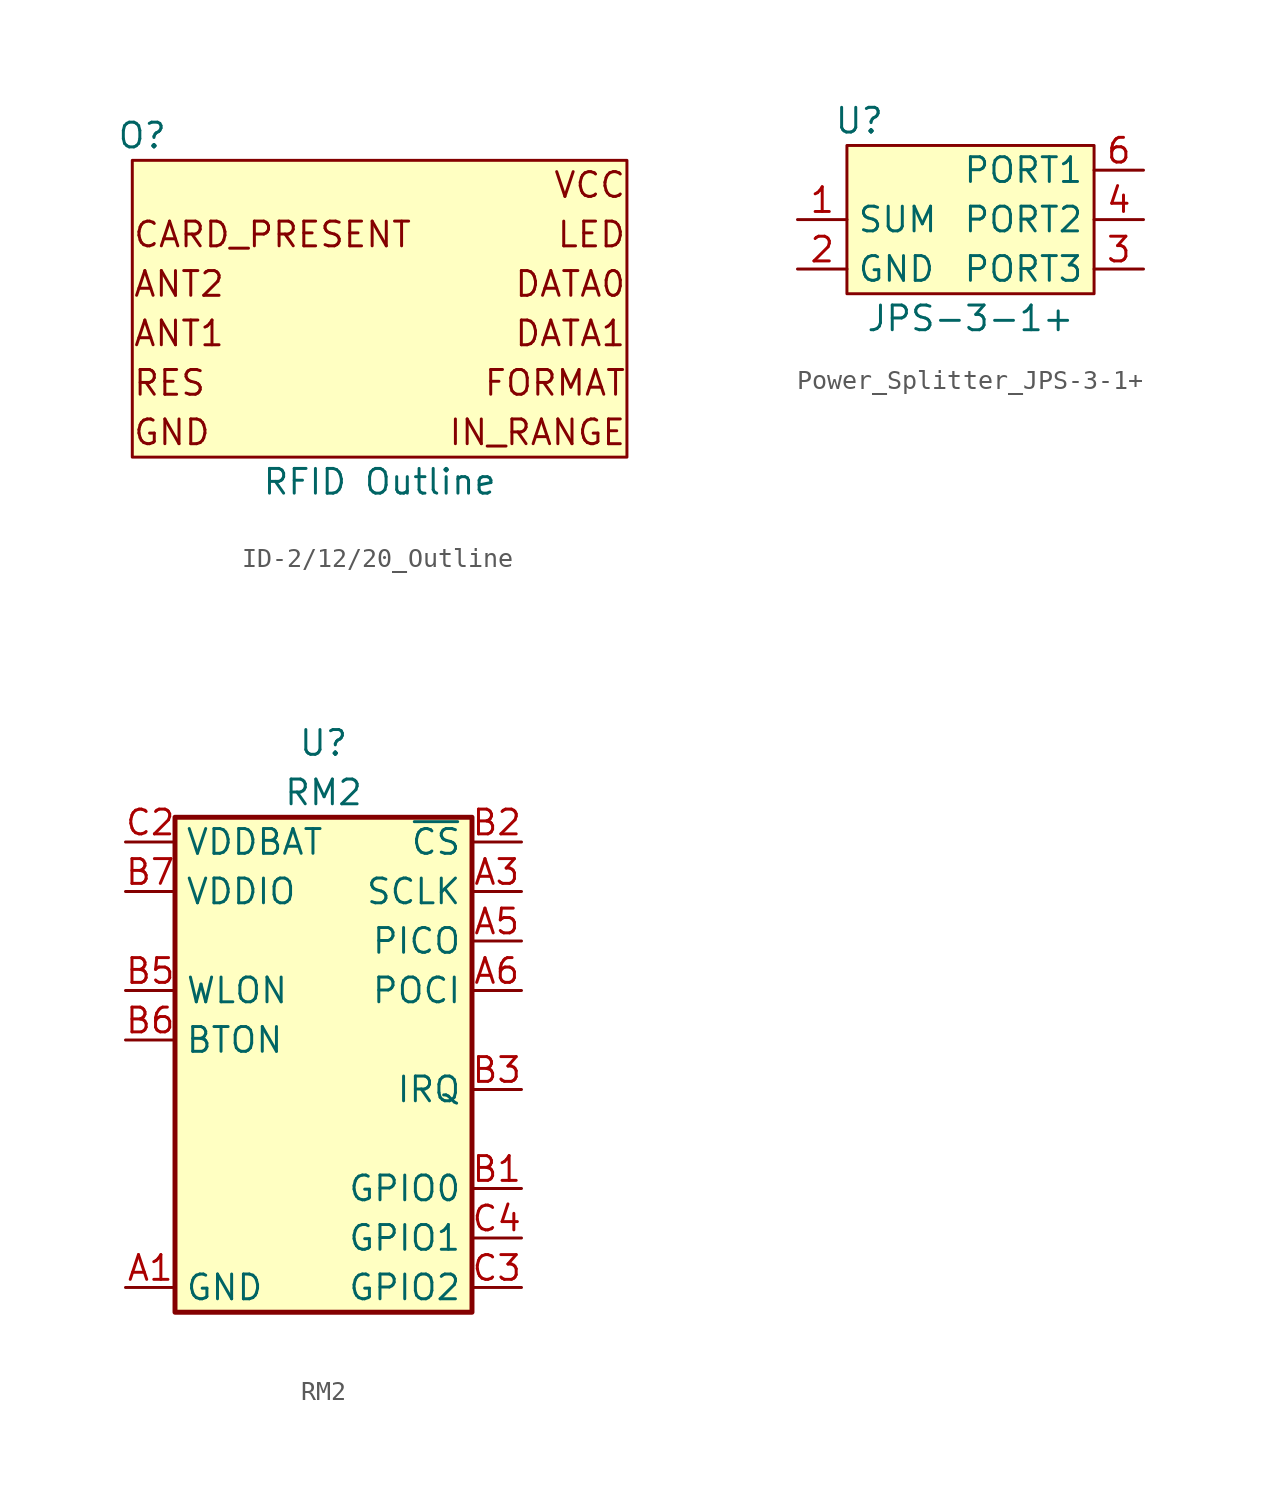
<source format=kicad_sym>
(kicad_symbol_lib
  (version 20231120)
  (generator "kicad_symbol_editor")
  (generator_version "8.0")
  (symbol "ID-2/12/20_Outline"
    (property "Reference" "O"
      (at -12.192 8.89 0)
      (effects (font (size 1.27 1.27))))
    (property "Value" "RFID Outline"
      (at 0 -8.89 0)
      (effects (font (size 1.27 1.27))))
    (property "PROD_ID" ""
      (at 0 0 0)
      (effects (font (size 1.27 1.27))))
    (symbol "ID-2/12/20_Outline_1_1"
      (rectangle (start -12.7 7.62) (end 12.7 -7.62) (stroke (width 0) (type default)) (fill (type background)))
      (text "ANT1" (at -12.7 -1.27 0) (effects (font (size 1.27 1.27)) (justify left)))
      (text "ANT2" (at -12.7 1.27 0) (effects (font (size 1.27 1.27)) (justify left)))
      (text "CARD_PRESENT" (at -12.7 3.81 0) (effects (font (size 1.27 1.27)) (justify left)))
      (text "DATA0" (at 12.7 1.27 0) (effects (font (size 1.27 1.27)) (justify right)))
      (text "DATA1" (at 12.7 -1.27 0) (effects (font (size 1.27 1.27)) (justify right)))
      (text "FORMAT" (at 12.7 -3.81 0) (effects (font (size 1.27 1.27)) (justify right)))
      (text "GND" (at -12.7 -6.35 0) (effects (font (size 1.27 1.27)) (justify left)))
      (text "IN_RANGE" (at 12.7 -6.35 0) (effects (font (size 1.27 1.27)) (justify right)))
      (text "LED" (at 12.7 3.81 0) (effects (font (size 1.27 1.27)) (justify right)))
      (text "RES" (at -12.7 -3.81 0) (effects (font (size 1.27 1.27)) (justify left)))
      (text "VCC" (at 12.7 6.35 0) (effects (font (size 1.27 1.27)) (justify right)))))
  (symbol "Power_Splitter_JPS-3-1+"
    (property "Reference" "U"
      (at -5.715 5.08 0)
      (effects (font (size 1.27 1.27))))
    (property "Value" "JPS-3-1+"
      (at 0 -5.08 0)
      (effects (font (size 1.27 1.27))))
    (symbol "Power_Splitter_JPS-3-1+_1_1"
      (rectangle (start -6.35 3.81) (end 6.35 -3.81) (stroke (width 0) (type default)) (fill (type background)))
      (pin passive line (at -8.89 0 0) (length 2.54) (name "SUM" (effects (font (size 1.27 1.27)))) (number "1" (effects (font (size 1.27 1.27)))))
      (pin power_in line (at -8.89 -2.54 0) (length 2.54) (name "GND" (effects (font (size 1.27 1.27)))) (number "2" (effects (font (size 1.27 1.27)))))
      (pin passive line (at 8.89 -2.54 180) (length 2.54) (name "PORT3" (effects (font (size 1.27 1.27)))) (number "3" (effects (font (size 1.27 1.27)))))
      (pin passive line (at 8.89 0 180) (length 2.54) (name "PORT2" (effects (font (size 1.27 1.27)))) (number "4" (effects (font (size 1.27 1.27)))))
      (pin power_in line (at -8.89 -2.54 0) (length 2.54) hide (name "GND" (effects (font (size 1.27 1.27)))) (number "5" (effects (font (size 1.27 1.27)))))
      (pin passive line (at 8.89 2.54 180) (length 2.54) (name "PORT1" (effects (font (size 1.27 1.27)))) (number "6" (effects (font (size 1.27 1.27)))))))
  (symbol "RM2"
    (property "Reference" "U"
      (at 0 16.51 0)
      (effects (font (size 1.27 1.27))))
    (property "Value" "RM2"
      (at 0 13.97 0)
      (effects (font (size 1.27 1.27))))
    (symbol "RM2_1_0"
      (pin bidirectional line (at -10.16 -11.43 0) (length 2.54) (name "GND" (effects (font (size 1.27 1.27)))) (number "A1" (effects (font (size 1.27 1.27)))))
      (pin no_connect line (at -7.62 -3.81 0) (length 2.54) hide (name "NC1" (effects (font (size 1.27 1.27)))) (number "A2" (effects (font (size 1.27 1.27)))))
      (pin bidirectional line (at 10.16 8.89 180) (length 2.54) (name "SCLK" (effects (font (size 1.27 1.27)))) (number "A3" (effects (font (size 1.27 1.27)))))
      (pin bidirectional line (at -10.16 -11.43 0) (length 2.54) hide (name "GND" (effects (font (size 1.27 1.27)))) (number "A4" (effects (font (size 1.27 1.27)))))
      (pin bidirectional line (at 10.16 6.35 180) (length 2.54) (name "PICO" (effects (font (size 1.27 1.27)))) (number "A5" (effects (font (size 1.27 1.27)))))
      (pin bidirectional line (at 10.16 3.81 180) (length 2.54) (name "POCI" (effects (font (size 1.27 1.27)))) (number "A6" (effects (font (size 1.27 1.27)))))
      (pin bidirectional line (at -10.16 -11.43 0) (length 2.54) hide (name "GND" (effects (font (size 1.27 1.27)))) (number "A7" (effects (font (size 1.27 1.27)))))
      (pin bidirectional line (at 10.16 -6.35 180) (length 2.54) (name "GPIO0" (effects (font (size 1.27 1.27)))) (number "B1" (effects (font (size 1.27 1.27)))))
      (pin bidirectional line (at 10.16 11.43 180) (length 2.54) (name "~{CS}" (effects (font (size 1.27 1.27)))) (number "B2" (effects (font (size 1.27 1.27)))))
      (pin bidirectional line (at 10.16 -1.27 180) (length 2.54) (name "IRQ" (effects (font (size 1.27 1.27)))) (number "B3" (effects (font (size 1.27 1.27)))))
      (pin bidirectional line (at -10.16 -11.43 0) (length 2.54) hide (name "GND" (effects (font (size 1.27 1.27)))) (number "B4" (effects (font (size 1.27 1.27)))))
      (pin bidirectional line (at -10.16 3.81 0) (length 2.54) (name "WLON" (effects (font (size 1.27 1.27)))) (number "B5" (effects (font (size 1.27 1.27)))))
      (pin bidirectional line (at -10.16 1.27 0) (length 2.54) (name "BTON" (effects (font (size 1.27 1.27)))) (number "B6" (effects (font (size 1.27 1.27)))))
      (pin bidirectional line (at -10.16 8.89 0) (length 2.54) (name "VDDIO" (effects (font (size 1.27 1.27)))) (number "B7" (effects (font (size 1.27 1.27)))))
      (pin bidirectional line (at -10.16 -11.43 0) (length 2.54) hide (name "GND" (effects (font (size 1.27 1.27)))) (number "C1" (effects (font (size 1.27 1.27)))))
      (pin bidirectional line (at -10.16 11.43 0) (length 2.54) (name "VDDBAT" (effects (font (size 1.27 1.27)))) (number "C2" (effects (font (size 1.27 1.27)))))
      (pin bidirectional line (at 10.16 -11.43 180) (length 2.54) (name "GPIO2" (effects (font (size 1.27 1.27)))) (number "C3" (effects (font (size 1.27 1.27)))))
      (pin bidirectional line (at 10.16 -8.89 180) (length 2.54) (name "GPIO1" (effects (font (size 1.27 1.27)))) (number "C4" (effects (font (size 1.27 1.27)))))
      (pin no_connect line (at -7.62 -6.35 0) (length 2.54) hide (name "NC2" (effects (font (size 1.27 1.27)))) (number "C5" (effects (font (size 1.27 1.27)))))
      (pin no_connect line (at -7.62 -8.89 0) (length 2.54) hide (name "NC3" (effects (font (size 1.27 1.27)))) (number "C6" (effects (font (size 1.27 1.27)))))
      (pin bidirectional line (at -10.16 -11.43 0) (length 2.54) hide (name "GND" (effects (font (size 1.27 1.27)))) (number "C7" (effects (font (size 1.27 1.27))))))
    (symbol "RM2_1_1"
      (rectangle (start -7.62 12.7) (end 7.62 -12.7) (stroke (width 0.254) (type default)) (fill (type background))))))
</source>
